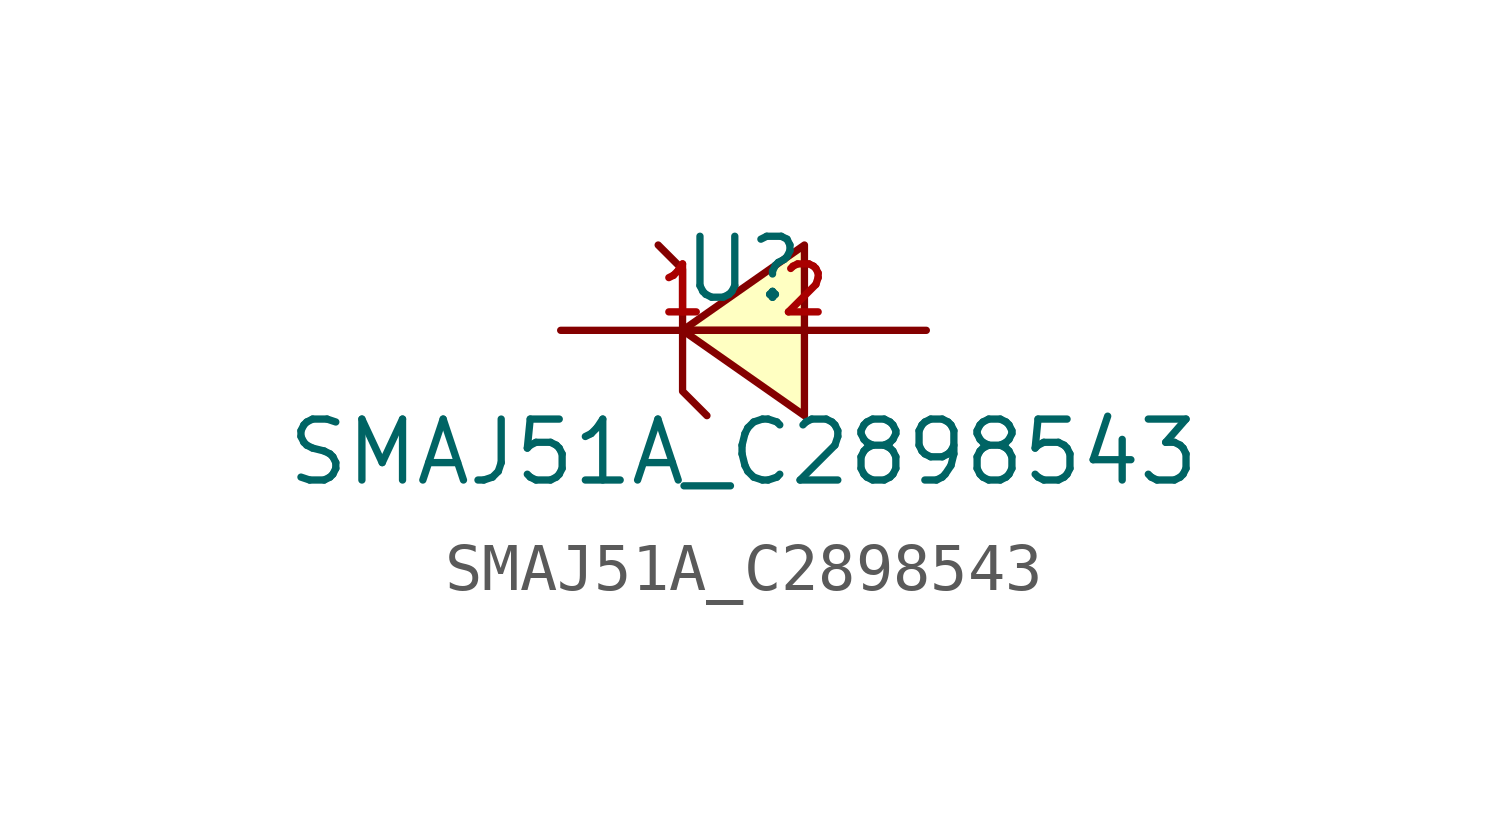
<source format=kicad_sym>
(kicad_symbol_lib
  (version 20210201)
  (generator TousstNicolas/JLC2KiCad_lib)
  (symbol "SMAJ51A_C2898543"
    (pin_names hide)
    (property "Reference" "U"
      (at 0 1.27 0)
      (effects (font (size 1.27 1.27))))
    (property "Value" "SMAJ51A_C2898543"
      (at 0 -2.54 0)
      (effects (font (size 1.27 1.27))))
    (symbol "SMAJ51A_C2898543_0_1"
      (polyline (pts (xy -1.778 1.778) (xy -1.27 1.27) (xy -1.27 -1.27) (xy -0.762 -1.778)) (stroke (width 0) (type default) (color 0 0 0 0)) (fill (type none)))
      (polyline (pts (xy 1.27 1.778) (xy -1.27 -0.0) (xy 1.27 -1.778) (xy 1.27 1.778)) (stroke (width 0) (type default) (color 0 0 0 0)) (fill (type background)))
      (pin unspecified line (at -3.81 -0.0 0) (length 5.08) (name "1" (effects (font (size 1 1)))) (number "1" (effects (font (size 1 1)))))
      (pin unspecified line (at 3.81 -0.0 180) (length 5.08) (name "2" (effects (font (size 1 1)))) (number "2" (effects (font (size 1 1))))))))
</source>
